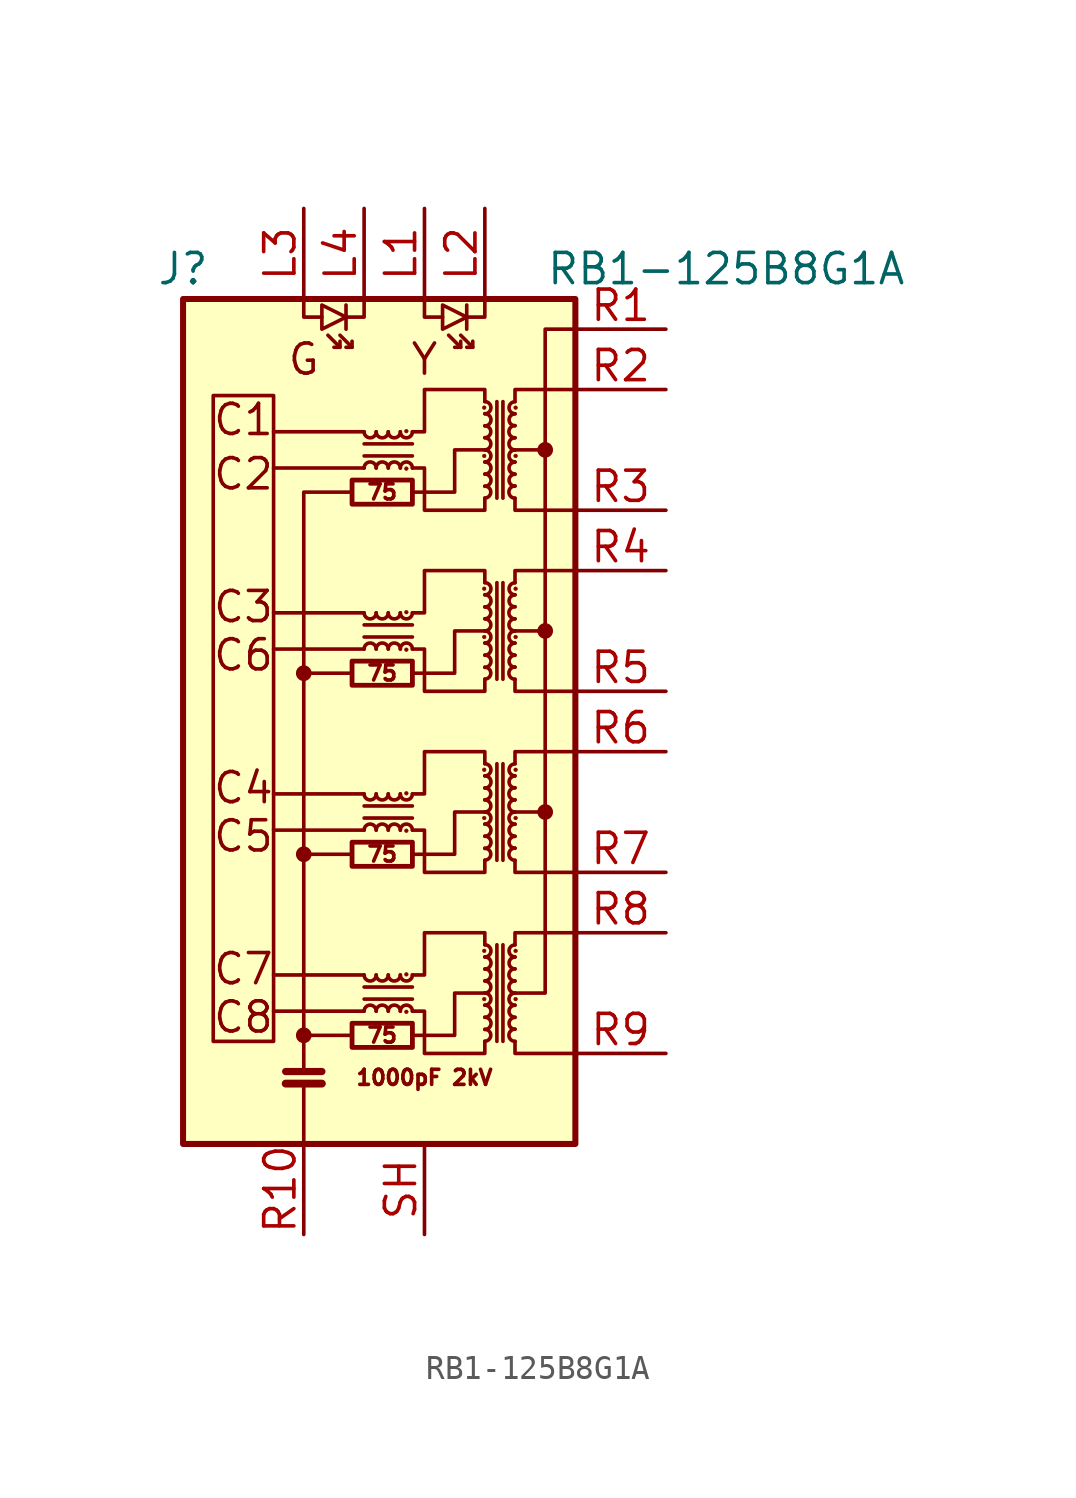
<source format=kicad_sym>
(kicad_symbol_lib
  (version 20211014)
  (generator kicad_symbol_editor)
  (symbol "RB1-125B8G1A"
    (pin_names hide)
    (property "Reference" "J"
      (at -7.62 20.32 0)
      (effects (font (size 1.27 1.27))))
    (property "Value" "RB1-125B8G1A"
      (at 15.24 20.32 0)
      (effects (font (size 1.27 1.27))))
    (symbol "RB1-125B8G1A_0_0"
      (polyline (pts (xy -0.508 -11.938) (xy -2.54 -11.938)) (stroke (width 0) (type default) (color 0 0 0 0)) (fill (type none)))
      (polyline (pts (xy 0 -10.922) (xy -3.81 -10.922)) (stroke (width 0) (type default) (color 0 0 0 0)) (fill (type none)))
      (polyline (pts (xy 0 -9.398) (xy -3.81 -9.398)) (stroke (width 0) (type default) (color 0 0 0 0)) (fill (type none)))
      (polyline (pts (xy 0 -3.302) (xy -3.81 -3.302)) (stroke (width 0) (type default) (color 0 0 0 0)) (fill (type none)))
      (polyline (pts (xy 0 -1.778) (xy -3.81 -1.778)) (stroke (width 0) (type default) (color 0 0 0 0)) (fill (type none)))
      (polyline (pts (xy 0 4.318) (xy -3.81 4.318)) (stroke (width 0) (type default) (color 0 0 0 0)) (fill (type none)))
      (polyline (pts (xy 0 5.842) (xy -3.81 5.842)) (stroke (width 0) (type default) (color 0 0 0 0)) (fill (type none)))
      (polyline (pts (xy 0 11.938) (xy -3.81 11.938)) (stroke (width 0) (type default) (color 0 0 0 0)) (fill (type none)))
      (polyline (pts (xy 0 13.462) (xy -3.81 13.462)) (stroke (width 0) (type default) (color 0 0 0 0)) (fill (type none)))
      (polyline (pts (xy 6.35 5.08) (xy 7.62 5.08)) (stroke (width 0) (type default) (color 0 0 0 0)) (fill (type none)))
      (polyline (pts (xy 7.62 -2.54) (xy 6.35 -2.54)) (stroke (width 0) (type default) (color 0 0 0 0)) (fill (type none)))
      (polyline (pts (xy 7.62 12.7) (xy 6.35 12.7)) (stroke (width 0) (type default) (color 0 0 0 0)) (fill (type none)))
      (polyline (pts (xy 2.032 -11.938) (xy 3.81 -11.938) (xy 3.81 -10.16) (xy 5.08 -10.16)) (stroke (width 0) (type default) (color 0 0 0 0)) (fill (type none)))
      (polyline (pts (xy 2.032 -4.318) (xy 3.81 -4.318) (xy 3.81 -2.54) (xy 5.08 -2.54)) (stroke (width 0) (type default) (color 0 0 0 0)) (fill (type none)))
      (polyline (pts (xy 2.032 3.302) (xy 3.81 3.302) (xy 3.81 5.08) (xy 5.08 5.08)) (stroke (width 0) (type default) (color 0 0 0 0)) (fill (type none)))
      (polyline (pts (xy 2.032 10.922) (xy 3.81 10.922) (xy 3.81 12.7) (xy 5.08 12.7)) (stroke (width 0) (type default) (color 0 0 0 0)) (fill (type none)))
      (text "1000pF 2kV" (at 2.54 -13.716 0) (effects (font (size 0.635 0.635))))
      (text "75" (at 0.762 -11.938 0) (effects (font (size 0.635 0.635))))
      (text "75" (at 0.762 -4.318 0) (effects (font (size 0.635 0.635))))
      (text "75" (at 0.762 3.302 0) (effects (font (size 0.635 0.635))))
      (text "75" (at 0.762 10.922 0) (effects (font (size 0.635 0.635))))
      (text "C1" (at -5.08 13.97 0) (effects (font (size 1.27 1.27))))
      (text "C2" (at -5.08 11.684 0) (effects (font (size 1.27 1.27))))
      (text "C3" (at -5.08 6.096 0) (effects (font (size 1.27 1.27))))
      (text "C4" (at -5.08 -1.524 0) (effects (font (size 1.27 1.27))))
      (text "C5" (at -5.08 -3.556 0) (effects (font (size 1.27 1.27))))
      (text "C6" (at -5.08 4.064 0) (effects (font (size 1.27 1.27))))
      (text "C7" (at -5.08 -9.144 0) (effects (font (size 1.27 1.27))))
      (text "C8" (at -5.08 -11.176 0) (effects (font (size 1.27 1.27))))
      (text "G" (at -2.54 16.51 0) (effects (font (size 1.27 1.27))))
      (text "Y" (at 2.54 16.51 0) (effects (font (size 1.27 1.27)))))
    (symbol "RB1-125B8G1A_0_1"
      (rectangle (start -3.81 -12.192) (end -6.35 14.986) (stroke (width 0) (type default) (color 0 0 0 0)) (fill (type none)))
      (circle (center -2.54 -11.938) (radius 0.254) (stroke (width 0) (type default) (color 0 0 0 0)) (fill (type outline)))
      (circle (center -2.54 -4.318) (radius 0.254) (stroke (width 0) (type default) (color 0 0 0 0)) (fill (type outline)))
      (circle (center -2.54 3.302) (radius 0.254) (stroke (width 0) (type default) (color 0 0 0 0)) (fill (type outline)))
      (rectangle (start -0.508 -12.446) (end 2.032 -11.43) (stroke (width 0.203) (type default) (color 0 0 0 0)) (fill (type none)))
      (rectangle (start -0.508 -4.826) (end 2.032 -3.81) (stroke (width 0.203) (type default) (color 0 0 0 0)) (fill (type none)))
      (rectangle (start -0.508 2.794) (end 2.032 3.81) (stroke (width 0.203) (type default) (color 0 0 0 0)) (fill (type none)))
      (rectangle (start -0.508 10.414) (end 2.032 11.43) (stroke (width 0.203) (type default) (color 0 0 0 0)) (fill (type none)))
      (arc (start 0 -9.398) (mid 0.254 -9.652) (end 0.508 -9.398) (stroke (width 0) (type default) (color 0 0 0 0)) (fill (type none)))
      (arc (start 0 -1.778) (mid 0.254 -2.032) (end 0.508 -1.778) (stroke (width 0) (type default) (color 0 0 0 0)) (fill (type none)))
      (polyline (pts (xy -3.302 -13.97) (xy -1.778 -13.97)) (stroke (width 0.33) (type default) (color 0 0 0 0)) (fill (type none)))
      (polyline (pts (xy -3.302 -13.462) (xy -1.778 -13.462)) (stroke (width 0.305) (type default) (color 0 0 0 0)) (fill (type none)))
      (polyline (pts (xy -2.54 -16.51) (xy -2.54 -13.97)) (stroke (width 0) (type default) (color 0 0 0 0)) (fill (type none)))
      (polyline (pts (xy -2.54 3.302) (xy -0.508 3.302)) (stroke (width 0) (type default) (color 0 0 0 0)) (fill (type none)))
      (polyline (pts (xy -1.016 17.018) (xy -1.524 17.526)) (stroke (width 0) (type default) (color 0 0 0 0)) (fill (type none)))
      (polyline (pts (xy -0.762 18.796) (xy -0.762 17.78)) (stroke (width 0) (type default) (color 0 0 0 0)) (fill (type none)))
      (polyline (pts (xy -0.508 -4.318) (xy -2.54 -4.318)) (stroke (width 0) (type default) (color 0 0 0 0)) (fill (type none)))
      (polyline (pts (xy -0.508 17.018) (xy -1.016 17.526)) (stroke (width 0) (type default) (color 0 0 0 0)) (fill (type none)))
      (polyline (pts (xy 0 -10.414) (xy 2.032 -10.414)) (stroke (width 0) (type default) (color 0 0 0 0)) (fill (type none)))
      (polyline (pts (xy 0 -2.794) (xy 2.032 -2.794)) (stroke (width 0) (type default) (color 0 0 0 0)) (fill (type none)))
      (polyline (pts (xy 0 4.826) (xy 2.032 4.826)) (stroke (width 0) (type default) (color 0 0 0 0)) (fill (type none)))
      (polyline (pts (xy 0 12.446) (xy 2.032 12.446)) (stroke (width 0) (type default) (color 0 0 0 0)) (fill (type none)))
      (polyline (pts (xy 2.032 -9.906) (xy 0 -9.906)) (stroke (width 0) (type default) (color 0 0 0 0)) (fill (type none)))
      (polyline (pts (xy 2.032 -2.286) (xy 0 -2.286)) (stroke (width 0) (type default) (color 0 0 0 0)) (fill (type none)))
      (polyline (pts (xy 2.032 5.334) (xy 0 5.334)) (stroke (width 0) (type default) (color 0 0 0 0)) (fill (type none)))
      (polyline (pts (xy 2.032 12.954) (xy 0 12.954)) (stroke (width 0) (type default) (color 0 0 0 0)) (fill (type none)))
      (polyline (pts (xy 4.064 17.018) (xy 3.556 17.526)) (stroke (width 0) (type default) (color 0 0 0 0)) (fill (type none)))
      (polyline (pts (xy 4.318 18.796) (xy 4.318 17.78)) (stroke (width 0) (type default) (color 0 0 0 0)) (fill (type none)))
      (polyline (pts (xy 4.572 17.018) (xy 4.064 17.526)) (stroke (width 0) (type default) (color 0 0 0 0)) (fill (type none)))
      (polyline (pts (xy 5.588 -8.128) (xy 5.588 -12.192)) (stroke (width 0) (type default) (color 0 0 0 0)) (fill (type none)))
      (polyline (pts (xy 5.588 -0.508) (xy 5.588 -4.572)) (stroke (width 0) (type default) (color 0 0 0 0)) (fill (type none)))
      (polyline (pts (xy 5.588 7.112) (xy 5.588 3.048)) (stroke (width 0) (type default) (color 0 0 0 0)) (fill (type none)))
      (polyline (pts (xy 5.588 14.732) (xy 5.588 10.668)) (stroke (width 0) (type default) (color 0 0 0 0)) (fill (type none)))
      (polyline (pts (xy 5.842 -12.192) (xy 5.842 -8.128)) (stroke (width 0) (type default) (color 0 0 0 0)) (fill (type none)))
      (polyline (pts (xy 5.842 -4.572) (xy 5.842 -0.508)) (stroke (width 0) (type default) (color 0 0 0 0)) (fill (type none)))
      (polyline (pts (xy 5.842 3.048) (xy 5.842 7.112)) (stroke (width 0) (type default) (color 0 0 0 0)) (fill (type none)))
      (polyline (pts (xy 5.842 10.668) (xy 5.842 14.732)) (stroke (width 0) (type default) (color 0 0 0 0)) (fill (type none)))
      (polyline (pts (xy -2.54 -13.462) (xy -2.54 10.922) (xy -0.508 10.922)) (stroke (width 0) (type default) (color 0 0 0 0)) (fill (type none)))
      (polyline (pts (xy -2.54 19.05) (xy -2.54 18.288) (xy -1.778 18.288)) (stroke (width 0) (type default) (color 0 0 0 0)) (fill (type none)))
      (polyline (pts (xy -1.016 17.272) (xy -1.016 17.018) (xy -1.27 17.018)) (stroke (width 0) (type default) (color 0 0 0 0)) (fill (type none)))
      (polyline (pts (xy -0.508 17.272) (xy -0.508 17.018) (xy -0.762 17.018)) (stroke (width 0) (type default) (color 0 0 0 0)) (fill (type none)))
      (polyline (pts (xy 0 19.05) (xy 0 18.288) (xy -0.762 18.288)) (stroke (width 0) (type default) (color 0 0 0 0)) (fill (type none)))
      (polyline (pts (xy 2.54 19.05) (xy 2.54 18.288) (xy 3.302 18.288)) (stroke (width 0) (type default) (color 0 0 0 0)) (fill (type none)))
      (polyline (pts (xy 4.064 17.272) (xy 4.064 17.018) (xy 3.81 17.018)) (stroke (width 0) (type default) (color 0 0 0 0)) (fill (type none)))
      (polyline (pts (xy 4.572 17.272) (xy 4.572 17.018) (xy 4.318 17.018)) (stroke (width 0) (type default) (color 0 0 0 0)) (fill (type none)))
      (polyline (pts (xy 5.08 19.05) (xy 5.08 18.288) (xy 4.318 18.288)) (stroke (width 0) (type default) (color 0 0 0 0)) (fill (type none)))
      (polyline (pts (xy 6.35 -12.192) (xy 6.35 -12.7) (xy 8.89 -12.7)) (stroke (width 0) (type default) (color 0 0 0 0)) (fill (type none)))
      (polyline (pts (xy 6.35 -8.128) (xy 6.35 -7.62) (xy 8.89 -7.62)) (stroke (width 0) (type default) (color 0 0 0 0)) (fill (type none)))
      (polyline (pts (xy 6.35 -4.572) (xy 6.35 -5.08) (xy 8.89 -5.08)) (stroke (width 0) (type default) (color 0 0 0 0)) (fill (type none)))
      (polyline (pts (xy 6.35 -0.508) (xy 6.35 0) (xy 8.89 0)) (stroke (width 0) (type default) (color 0 0 0 0)) (fill (type none)))
      (polyline (pts (xy 6.35 3.048) (xy 6.35 2.54) (xy 8.89 2.54)) (stroke (width 0) (type default) (color 0 0 0 0)) (fill (type none)))
      (polyline (pts (xy 6.35 7.112) (xy 6.35 7.62) (xy 8.89 7.62)) (stroke (width 0) (type default) (color 0 0 0 0)) (fill (type none)))
      (polyline (pts (xy 6.35 10.668) (xy 6.35 10.16) (xy 8.89 10.16)) (stroke (width 0) (type default) (color 0 0 0 0)) (fill (type none)))
      (polyline (pts (xy 6.35 14.732) (xy 6.35 15.24) (xy 8.89 15.24)) (stroke (width 0) (type default) (color 0 0 0 0)) (fill (type none)))
      (polyline (pts (xy -0.762 18.288) (xy -1.778 18.796) (xy -1.778 17.78) (xy -0.762 18.288)) (stroke (width 0) (type default) (color 0 0 0 0)) (fill (type none)))
      (polyline (pts (xy 4.318 18.288) (xy 3.302 18.796) (xy 3.302 17.78) (xy 4.318 18.288)) (stroke (width 0) (type default) (color 0 0 0 0)) (fill (type none)))
      (polyline (pts (xy 8.89 17.78) (xy 7.62 17.78) (xy 7.62 -10.16) (xy 6.35 -10.16)) (stroke (width 0) (type default) (color 0 0 0 0)) (fill (type none)))
      (polyline (pts (xy 2.032 -9.398) (xy 2.54 -9.398) (xy 2.54 -7.62) (xy 5.08 -7.62) (xy 5.08 -8.128)) (stroke (width 0) (type default) (color 0 0 0 0)) (fill (type none)))
      (polyline (pts (xy 2.032 -1.778) (xy 2.54 -1.778) (xy 2.54 0) (xy 5.08 0) (xy 5.08 -0.508)) (stroke (width 0) (type default) (color 0 0 0 0)) (fill (type none)))
      (polyline (pts (xy 2.032 5.842) (xy 2.54 5.842) (xy 2.54 7.62) (xy 5.08 7.62) (xy 5.08 7.112)) (stroke (width 0) (type default) (color 0 0 0 0)) (fill (type none)))
      (polyline (pts (xy 2.032 13.462) (xy 2.54 13.462) (xy 2.54 15.24) (xy 5.08 15.24) (xy 5.08 14.732)) (stroke (width 0) (type default) (color 0 0 0 0)) (fill (type none)))
      (polyline (pts (xy 5.08 -12.192) (xy 5.08 -12.7) (xy 2.54 -12.7) (xy 2.54 -10.922) (xy 2.032 -10.922)) (stroke (width 0) (type default) (color 0 0 0 0)) (fill (type none)))
      (polyline (pts (xy 5.08 -4.572) (xy 5.08 -5.08) (xy 2.54 -5.08) (xy 2.54 -3.302) (xy 2.032 -3.302)) (stroke (width 0) (type default) (color 0 0 0 0)) (fill (type none)))
      (polyline (pts (xy 5.08 3.048) (xy 5.08 2.54) (xy 2.54 2.54) (xy 2.54 4.318) (xy 2.032 4.318)) (stroke (width 0) (type default) (color 0 0 0 0)) (fill (type none)))
      (polyline (pts (xy 5.08 10.668) (xy 5.08 10.16) (xy 2.54 10.16) (xy 2.54 11.938) (xy 2.032 11.938)) (stroke (width 0) (type default) (color 0 0 0 0)) (fill (type none)))
      (arc (start 0 5.842) (mid 0.254 5.588) (end 0.508 5.842) (stroke (width 0) (type default) (color 0 0 0 0)) (fill (type none)))
      (arc (start 0 13.462) (mid 0.254 13.208) (end 0.508 13.462) (stroke (width 0) (type default) (color 0 0 0 0)) (fill (type none)))
      (arc (start 0.508 -10.922) (mid 0.254 -10.668) (end 0 -10.922) (stroke (width 0) (type default) (color 0 0 0 0)) (fill (type none)))
      (arc (start 0.508 -9.398) (mid 0.762 -9.652) (end 1.016 -9.398) (stroke (width 0) (type default) (color 0 0 0 0)) (fill (type none)))
      (arc (start 0.508 -3.302) (mid 0.254 -3.048) (end 0 -3.302) (stroke (width 0) (type default) (color 0 0 0 0)) (fill (type none)))
      (arc (start 0.508 -1.778) (mid 0.762 -2.032) (end 1.016 -1.778) (stroke (width 0) (type default) (color 0 0 0 0)) (fill (type none)))
      (arc (start 0.508 4.318) (mid 0.254 4.572) (end 0 4.318) (stroke (width 0) (type default) (color 0 0 0 0)) (fill (type none)))
      (arc (start 0.508 5.842) (mid 0.762 5.588) (end 1.016 5.842) (stroke (width 0) (type default) (color 0 0 0 0)) (fill (type none)))
      (arc (start 0.508 11.938) (mid 0.254 12.192) (end 0 11.938) (stroke (width 0) (type default) (color 0 0 0 0)) (fill (type none)))
      (arc (start 0.508 13.462) (mid 0.762 13.208) (end 1.016 13.462) (stroke (width 0) (type default) (color 0 0 0 0)) (fill (type none)))
      (arc (start 1.016 -10.922) (mid 0.762 -10.668) (end 0.508 -10.922) (stroke (width 0) (type default) (color 0 0 0 0)) (fill (type none)))
      (arc (start 1.016 -9.398) (mid 1.27 -9.652) (end 1.524 -9.398) (stroke (width 0) (type default) (color 0 0 0 0)) (fill (type none)))
      (arc (start 1.016 -3.302) (mid 0.762 -3.048) (end 0.508 -3.302) (stroke (width 0) (type default) (color 0 0 0 0)) (fill (type none)))
      (arc (start 1.016 -1.778) (mid 1.27 -2.032) (end 1.524 -1.778) (stroke (width 0) (type default) (color 0 0 0 0)) (fill (type none)))
      (arc (start 1.016 4.318) (mid 0.762 4.572) (end 0.508 4.318) (stroke (width 0) (type default) (color 0 0 0 0)) (fill (type none)))
      (arc (start 1.016 5.842) (mid 1.27 5.588) (end 1.524 5.842) (stroke (width 0) (type default) (color 0 0 0 0)) (fill (type none)))
      (arc (start 1.016 11.938) (mid 0.762 12.192) (end 0.508 11.938) (stroke (width 0) (type default) (color 0 0 0 0)) (fill (type none)))
      (arc (start 1.016 13.462) (mid 1.27 13.208) (end 1.524 13.462) (stroke (width 0) (type default) (color 0 0 0 0)) (fill (type none)))
      (arc (start 1.524 -10.922) (mid 1.27 -10.668) (end 1.016 -10.922) (stroke (width 0) (type default) (color 0 0 0 0)) (fill (type none)))
      (arc (start 1.524 -9.398) (mid 1.778 -9.652) (end 2.032 -9.398) (stroke (width 0) (type default) (color 0 0 0 0)) (fill (type none)))
      (arc (start 1.524 -3.302) (mid 1.27 -3.048) (end 1.016 -3.302) (stroke (width 0) (type default) (color 0 0 0 0)) (fill (type none)))
      (arc (start 1.524 -1.778) (mid 1.778 -2.032) (end 2.032 -1.778) (stroke (width 0) (type default) (color 0 0 0 0)) (fill (type none)))
      (arc (start 1.524 4.318) (mid 1.27 4.572) (end 1.016 4.318) (stroke (width 0) (type default) (color 0 0 0 0)) (fill (type none)))
      (arc (start 1.524 5.842) (mid 1.778 5.588) (end 2.032 5.842) (stroke (width 0) (type default) (color 0 0 0 0)) (fill (type none)))
      (arc (start 1.524 11.938) (mid 1.27 12.192) (end 1.016 11.938) (stroke (width 0) (type default) (color 0 0 0 0)) (fill (type none)))
      (arc (start 1.524 13.462) (mid 1.778 13.208) (end 2.032 13.462) (stroke (width 0) (type default) (color 0 0 0 0)) (fill (type none)))
      (circle (center 1.778 -10.947) (radius 0.076) (stroke (width 0.025) (type default) (color 0 0 0 0)) (fill (type outline)))
      (circle (center 1.778 -9.373) (radius 0.076) (stroke (width 0.025) (type default) (color 0 0 0 0)) (fill (type outline)))
      (circle (center 1.778 -3.327) (radius 0.076) (stroke (width 0.025) (type default) (color 0 0 0 0)) (fill (type outline)))
      (circle (center 1.778 -1.753) (radius 0.076) (stroke (width 0.025) (type default) (color 0 0 0 0)) (fill (type outline)))
      (circle (center 1.778 4.293) (radius 0.076) (stroke (width 0.025) (type default) (color 0 0 0 0)) (fill (type outline)))
      (circle (center 1.778 5.867) (radius 0.076) (stroke (width 0.025) (type default) (color 0 0 0 0)) (fill (type outline)))
      (circle (center 1.778 11.913) (radius 0.076) (stroke (width 0.025) (type default) (color 0 0 0 0)) (fill (type outline)))
      (circle (center 1.778 13.487) (radius 0.076) (stroke (width 0.025) (type default) (color 0 0 0 0)) (fill (type outline)))
      (arc (start 2.032 -10.922) (mid 1.778 -10.668) (end 1.524 -10.922) (stroke (width 0) (type default) (color 0 0 0 0)) (fill (type none)))
      (arc (start 2.032 -3.302) (mid 1.778 -3.048) (end 1.524 -3.302) (stroke (width 0) (type default) (color 0 0 0 0)) (fill (type none)))
      (arc (start 2.032 4.318) (mid 1.778 4.572) (end 1.524 4.318) (stroke (width 0) (type default) (color 0 0 0 0)) (fill (type none)))
      (arc (start 2.032 11.938) (mid 1.778 12.192) (end 1.524 11.938) (stroke (width 0) (type default) (color 0 0 0 0)) (fill (type none)))
      (circle (center 5.055 -10.414) (radius 0.076) (stroke (width 0.025) (type default) (color 0 0 0 0)) (fill (type outline)))
      (circle (center 5.055 -8.382) (radius 0.076) (stroke (width 0.025) (type default) (color 0 0 0 0)) (fill (type outline)))
      (circle (center 5.055 -2.794) (radius 0.076) (stroke (width 0.025) (type default) (color 0 0 0 0)) (fill (type outline)))
      (circle (center 5.055 -0.762) (radius 0.076) (stroke (width 0.025) (type default) (color 0 0 0 0)) (fill (type outline)))
      (circle (center 5.055 4.826) (radius 0.076) (stroke (width 0.025) (type default) (color 0 0 0 0)) (fill (type outline)))
      (circle (center 5.055 6.858) (radius 0.076) (stroke (width 0.025) (type default) (color 0 0 0 0)) (fill (type outline)))
      (circle (center 5.055 12.446) (radius 0.076) (stroke (width 0.025) (type default) (color 0 0 0 0)) (fill (type outline)))
      (circle (center 5.055 14.478) (radius 0.076) (stroke (width 0.025) (type default) (color 0 0 0 0)) (fill (type outline)))
      (arc (start 5.08 -12.192) (mid 5.334 -11.938) (end 5.08 -11.684) (stroke (width 0) (type default) (color 0 0 0 0)) (fill (type none)))
      (arc (start 5.08 -11.684) (mid 5.334 -11.43) (end 5.08 -11.176) (stroke (width 0) (type default) (color 0 0 0 0)) (fill (type none)))
      (arc (start 5.08 -11.176) (mid 5.334 -10.922) (end 5.08 -10.668) (stroke (width 0) (type default) (color 0 0 0 0)) (fill (type none)))
      (arc (start 5.08 -10.668) (mid 5.334 -10.414) (end 5.08 -10.16) (stroke (width 0) (type default) (color 0 0 0 0)) (fill (type none)))
      (arc (start 5.08 -10.16) (mid 5.334 -9.906) (end 5.08 -9.652) (stroke (width 0) (type default) (color 0 0 0 0)) (fill (type none)))
      (arc (start 5.08 -9.652) (mid 5.334 -9.398) (end 5.08 -9.144) (stroke (width 0) (type default) (color 0 0 0 0)) (fill (type none)))
      (arc (start 5.08 -9.144) (mid 5.334 -8.89) (end 5.08 -8.636) (stroke (width 0) (type default) (color 0 0 0 0)) (fill (type none)))
      (arc (start 5.08 -8.636) (mid 5.334 -8.382) (end 5.08 -8.128) (stroke (width 0) (type default) (color 0 0 0 0)) (fill (type none)))
      (arc (start 5.08 -4.572) (mid 5.334 -4.318) (end 5.08 -4.064) (stroke (width 0) (type default) (color 0 0 0 0)) (fill (type none)))
      (arc (start 5.08 -4.064) (mid 5.334 -3.81) (end 5.08 -3.556) (stroke (width 0) (type default) (color 0 0 0 0)) (fill (type none)))
      (arc (start 5.08 -3.556) (mid 5.334 -3.302) (end 5.08 -3.048) (stroke (width 0) (type default) (color 0 0 0 0)) (fill (type none)))
      (arc (start 5.08 -3.048) (mid 5.334 -2.794) (end 5.08 -2.54) (stroke (width 0) (type default) (color 0 0 0 0)) (fill (type none)))
      (arc (start 5.08 -2.54) (mid 5.334 -2.286) (end 5.08 -2.032) (stroke (width 0) (type default) (color 0 0 0 0)) (fill (type none)))
      (arc (start 5.08 -2.032) (mid 5.334 -1.778) (end 5.08 -1.524) (stroke (width 0) (type default) (color 0 0 0 0)) (fill (type none)))
      (arc (start 5.08 -1.524) (mid 5.334 -1.27) (end 5.08 -1.016) (stroke (width 0) (type default) (color 0 0 0 0)) (fill (type none)))
      (arc (start 5.08 -1.016) (mid 5.334 -0.762) (end 5.08 -0.508) (stroke (width 0) (type default) (color 0 0 0 0)) (fill (type none)))
      (arc (start 5.08 3.048) (mid 5.334 3.302) (end 5.08 3.556) (stroke (width 0) (type default) (color 0 0 0 0)) (fill (type none)))
      (arc (start 5.08 3.556) (mid 5.334 3.81) (end 5.08 4.064) (stroke (width 0) (type default) (color 0 0 0 0)) (fill (type none)))
      (arc (start 5.08 4.064) (mid 5.334 4.318) (end 5.08 4.572) (stroke (width 0) (type default) (color 0 0 0 0)) (fill (type none)))
      (arc (start 5.08 4.572) (mid 5.334 4.826) (end 5.08 5.08) (stroke (width 0) (type default) (color 0 0 0 0)) (fill (type none)))
      (arc (start 5.08 5.08) (mid 5.334 5.334) (end 5.08 5.588) (stroke (width 0) (type default) (color 0 0 0 0)) (fill (type none)))
      (arc (start 5.08 5.588) (mid 5.334 5.842) (end 5.08 6.096) (stroke (width 0) (type default) (color 0 0 0 0)) (fill (type none)))
      (arc (start 5.08 6.096) (mid 5.334 6.35) (end 5.08 6.604) (stroke (width 0) (type default) (color 0 0 0 0)) (fill (type none)))
      (arc (start 5.08 6.604) (mid 5.334 6.858) (end 5.08 7.112) (stroke (width 0) (type default) (color 0 0 0 0)) (fill (type none)))
      (arc (start 5.08 10.668) (mid 5.334 10.922) (end 5.08 11.176) (stroke (width 0) (type default) (color 0 0 0 0)) (fill (type none)))
      (arc (start 5.08 11.176) (mid 5.334 11.43) (end 5.08 11.684) (stroke (width 0) (type default) (color 0 0 0 0)) (fill (type none)))
      (arc (start 5.08 11.684) (mid 5.334 11.938) (end 5.08 12.192) (stroke (width 0) (type default) (color 0 0 0 0)) (fill (type none)))
      (arc (start 5.08 12.192) (mid 5.334 12.446) (end 5.08 12.7) (stroke (width 0) (type default) (color 0 0 0 0)) (fill (type none)))
      (arc (start 5.08 12.7) (mid 5.334 12.954) (end 5.08 13.208) (stroke (width 0) (type default) (color 0 0 0 0)) (fill (type none)))
      (arc (start 5.08 13.208) (mid 5.334 13.462) (end 5.08 13.716) (stroke (width 0) (type default) (color 0 0 0 0)) (fill (type none)))
      (arc (start 5.08 13.716) (mid 5.334 13.97) (end 5.08 14.224) (stroke (width 0) (type default) (color 0 0 0 0)) (fill (type none)))
      (arc (start 5.08 14.224) (mid 5.334 14.478) (end 5.08 14.732) (stroke (width 0) (type default) (color 0 0 0 0)) (fill (type none)))
      (arc (start 6.35 -11.684) (mid 6.096 -11.938) (end 6.35 -12.192) (stroke (width 0) (type default) (color 0 0 0 0)) (fill (type none)))
      (arc (start 6.35 -11.176) (mid 6.096 -11.43) (end 6.35 -11.684) (stroke (width 0) (type default) (color 0 0 0 0)) (fill (type none)))
      (arc (start 6.35 -10.668) (mid 6.096 -10.922) (end 6.35 -11.176) (stroke (width 0) (type default) (color 0 0 0 0)) (fill (type none)))
      (arc (start 6.35 -10.16) (mid 6.096 -10.414) (end 6.35 -10.668) (stroke (width 0) (type default) (color 0 0 0 0)) (fill (type none)))
      (arc (start 6.35 -9.652) (mid 6.096 -9.906) (end 6.35 -10.16) (stroke (width 0) (type default) (color 0 0 0 0)) (fill (type none)))
      (arc (start 6.35 -9.144) (mid 6.096 -9.398) (end 6.35 -9.652) (stroke (width 0) (type default) (color 0 0 0 0)) (fill (type none)))
      (arc (start 6.35 -8.636) (mid 6.096 -8.89) (end 6.35 -9.144) (stroke (width 0) (type default) (color 0 0 0 0)) (fill (type none)))
      (arc (start 6.35 -8.128) (mid 6.096 -8.382) (end 6.35 -8.636) (stroke (width 0) (type default) (color 0 0 0 0)) (fill (type none)))
      (arc (start 6.35 -4.064) (mid 6.096 -4.318) (end 6.35 -4.572) (stroke (width 0) (type default) (color 0 0 0 0)) (fill (type none)))
      (arc (start 6.35 -3.556) (mid 6.096 -3.81) (end 6.35 -4.064) (stroke (width 0) (type default) (color 0 0 0 0)) (fill (type none)))
      (arc (start 6.35 -3.048) (mid 6.096 -3.302) (end 6.35 -3.556) (stroke (width 0) (type default) (color 0 0 0 0)) (fill (type none)))
      (arc (start 6.35 -2.54) (mid 6.096 -2.794) (end 6.35 -3.048) (stroke (width 0) (type default) (color 0 0 0 0)) (fill (type none)))
      (arc (start 6.35 -2.032) (mid 6.096 -2.286) (end 6.35 -2.54) (stroke (width 0) (type default) (color 0 0 0 0)) (fill (type none)))
      (arc (start 6.35 -1.524) (mid 6.096 -1.778) (end 6.35 -2.032) (stroke (width 0) (type default) (color 0 0 0 0)) (fill (type none)))
      (arc (start 6.35 -1.016) (mid 6.096 -1.27) (end 6.35 -1.524) (stroke (width 0) (type default) (color 0 0 0 0)) (fill (type none)))
      (arc (start 6.35 -0.508) (mid 6.096 -0.762) (end 6.35 -1.016) (stroke (width 0) (type default) (color 0 0 0 0)) (fill (type none)))
      (arc (start 6.35 3.556) (mid 6.096 3.302) (end 6.35 3.048) (stroke (width 0) (type default) (color 0 0 0 0)) (fill (type none)))
      (arc (start 6.35 4.064) (mid 6.096 3.81) (end 6.35 3.556) (stroke (width 0) (type default) (color 0 0 0 0)) (fill (type none)))
      (arc (start 6.35 4.572) (mid 6.096 4.318) (end 6.35 4.064) (stroke (width 0) (type default) (color 0 0 0 0)) (fill (type none)))
      (arc (start 6.35 5.08) (mid 6.096 4.826) (end 6.35 4.572) (stroke (width 0) (type default) (color 0 0 0 0)) (fill (type none)))
      (arc (start 6.35 5.588) (mid 6.096 5.334) (end 6.35 5.08) (stroke (width 0) (type default) (color 0 0 0 0)) (fill (type none)))
      (arc (start 6.35 6.096) (mid 6.096 5.842) (end 6.35 5.588) (stroke (width 0) (type default) (color 0 0 0 0)) (fill (type none)))
      (arc (start 6.35 6.604) (mid 6.096 6.35) (end 6.35 6.096) (stroke (width 0) (type default) (color 0 0 0 0)) (fill (type none)))
      (arc (start 6.35 7.112) (mid 6.096 6.858) (end 6.35 6.604) (stroke (width 0) (type default) (color 0 0 0 0)) (fill (type none)))
      (arc (start 6.35 11.176) (mid 6.096 10.922) (end 6.35 10.668) (stroke (width 0) (type default) (color 0 0 0 0)) (fill (type none)))
      (arc (start 6.35 11.684) (mid 6.096 11.43) (end 6.35 11.176) (stroke (width 0) (type default) (color 0 0 0 0)) (fill (type none)))
      (arc (start 6.35 12.192) (mid 6.096 11.938) (end 6.35 11.684) (stroke (width 0) (type default) (color 0 0 0 0)) (fill (type none)))
      (arc (start 6.35 12.7) (mid 6.096 12.446) (end 6.35 12.192) (stroke (width 0) (type default) (color 0 0 0 0)) (fill (type none)))
      (arc (start 6.35 13.208) (mid 6.096 12.954) (end 6.35 12.7) (stroke (width 0) (type default) (color 0 0 0 0)) (fill (type none)))
      (arc (start 6.35 13.716) (mid 6.096 13.462) (end 6.35 13.208) (stroke (width 0) (type default) (color 0 0 0 0)) (fill (type none)))
      (arc (start 6.35 14.224) (mid 6.096 13.97) (end 6.35 13.716) (stroke (width 0) (type default) (color 0 0 0 0)) (fill (type none)))
      (arc (start 6.35 14.732) (mid 6.096 14.478) (end 6.35 14.224) (stroke (width 0) (type default) (color 0 0 0 0)) (fill (type none)))
      (circle (center 6.375 -10.414) (radius 0.076) (stroke (width 0.025) (type default) (color 0 0 0 0)) (fill (type outline)))
      (circle (center 6.375 -8.382) (radius 0.076) (stroke (width 0.025) (type default) (color 0 0 0 0)) (fill (type outline)))
      (circle (center 6.375 -2.794) (radius 0.076) (stroke (width 0.025) (type default) (color 0 0 0 0)) (fill (type outline)))
      (circle (center 6.375 -0.762) (radius 0.076) (stroke (width 0.025) (type default) (color 0 0 0 0)) (fill (type outline)))
      (circle (center 6.375 4.826) (radius 0.076) (stroke (width 0.025) (type default) (color 0 0 0 0)) (fill (type outline)))
      (circle (center 6.375 6.858) (radius 0.076) (stroke (width 0.025) (type default) (color 0 0 0 0)) (fill (type outline)))
      (circle (center 6.375 12.446) (radius 0.076) (stroke (width 0.025) (type default) (color 0 0 0 0)) (fill (type outline)))
      (circle (center 6.375 14.478) (radius 0.076) (stroke (width 0.025) (type default) (color 0 0 0 0)) (fill (type outline)))
      (circle (center 7.62 -2.54) (radius 0.254) (stroke (width 0) (type default) (color 0 0 0 0)) (fill (type outline)))
      (circle (center 7.62 5.08) (radius 0.254) (stroke (width 0) (type default) (color 0 0 0 0)) (fill (type outline)))
      (circle (center 7.62 12.7) (radius 0.254) (stroke (width 0) (type default) (color 0 0 0 0)) (fill (type outline)))
      (rectangle (start 8.89 19.05) (end -7.62 -16.51) (stroke (width 0.254) (type default) (color 0 0 0 0)) (fill (type background)))
      (pin power_in line (at -2.54 -20.32 90) (length 3.81) (name "GND" (effects (font (size 1.27 1.27)))) (number "R10" (effects (font (size 1.27 1.27))))))
    (symbol "RB1-125B8G1A_1_1"
      (pin passive line (at 2.54 22.86 270) (length 3.81) (name "~" (effects (font (size 1.27 1.27)))) (number "L1" (effects (font (size 1.27 1.27)))))
      (pin passive line (at 5.08 22.86 270) (length 3.81) (name "~" (effects (font (size 1.27 1.27)))) (number "L2" (effects (font (size 1.27 1.27)))))
      (pin passive line (at -2.54 22.86 270) (length 3.81) (name "~" (effects (font (size 1.27 1.27)))) (number "L3" (effects (font (size 1.27 1.27)))))
      (pin passive line (at 0 22.86 270) (length 3.81) (name "~" (effects (font (size 1.27 1.27)))) (number "L4" (effects (font (size 1.27 1.27)))))
      (pin passive line (at 12.7 17.78 180) (length 3.81) (name "CT" (effects (font (size 1.27 1.27)))) (number "R1" (effects (font (size 1.27 1.27)))))
      (pin passive line (at 12.7 15.24 180) (length 3.81) (name "TD1+" (effects (font (size 1.27 1.27)))) (number "R2" (effects (font (size 1.27 1.27)))))
      (pin passive line (at 12.7 10.16 180) (length 3.81) (name "TD1-" (effects (font (size 1.27 1.27)))) (number "R3" (effects (font (size 1.27 1.27)))))
      (pin passive line (at 12.7 7.62 180) (length 3.81) (name "TD2+" (effects (font (size 1.27 1.27)))) (number "R4" (effects (font (size 1.27 1.27)))))
      (pin passive line (at 12.7 2.54 180) (length 3.81) (name "TD2-" (effects (font (size 1.27 1.27)))) (number "R5" (effects (font (size 1.27 1.27)))))
      (pin passive line (at 12.7 0 180) (length 3.81) (name "TD3+" (effects (font (size 1.27 1.27)))) (number "R6" (effects (font (size 1.27 1.27)))))
      (pin passive line (at 12.7 -5.08 180) (length 3.81) (name "TD3-" (effects (font (size 1.27 1.27)))) (number "R7" (effects (font (size 1.27 1.27)))))
      (pin passive line (at 12.7 -7.62 180) (length 3.81) (name "TD4+" (effects (font (size 1.27 1.27)))) (number "R8" (effects (font (size 1.27 1.27)))))
      (pin passive line (at 12.7 -12.7 180) (length 3.81) (name "TD4-" (effects (font (size 1.27 1.27)))) (number "R9" (effects (font (size 1.27 1.27)))))
      (pin passive line (at 2.54 -20.32 90) (length 3.81) (name "SH" (effects (font (size 1.27 1.27)))) (number "SH" (effects (font (size 1.27 1.27))))))))
</source>
